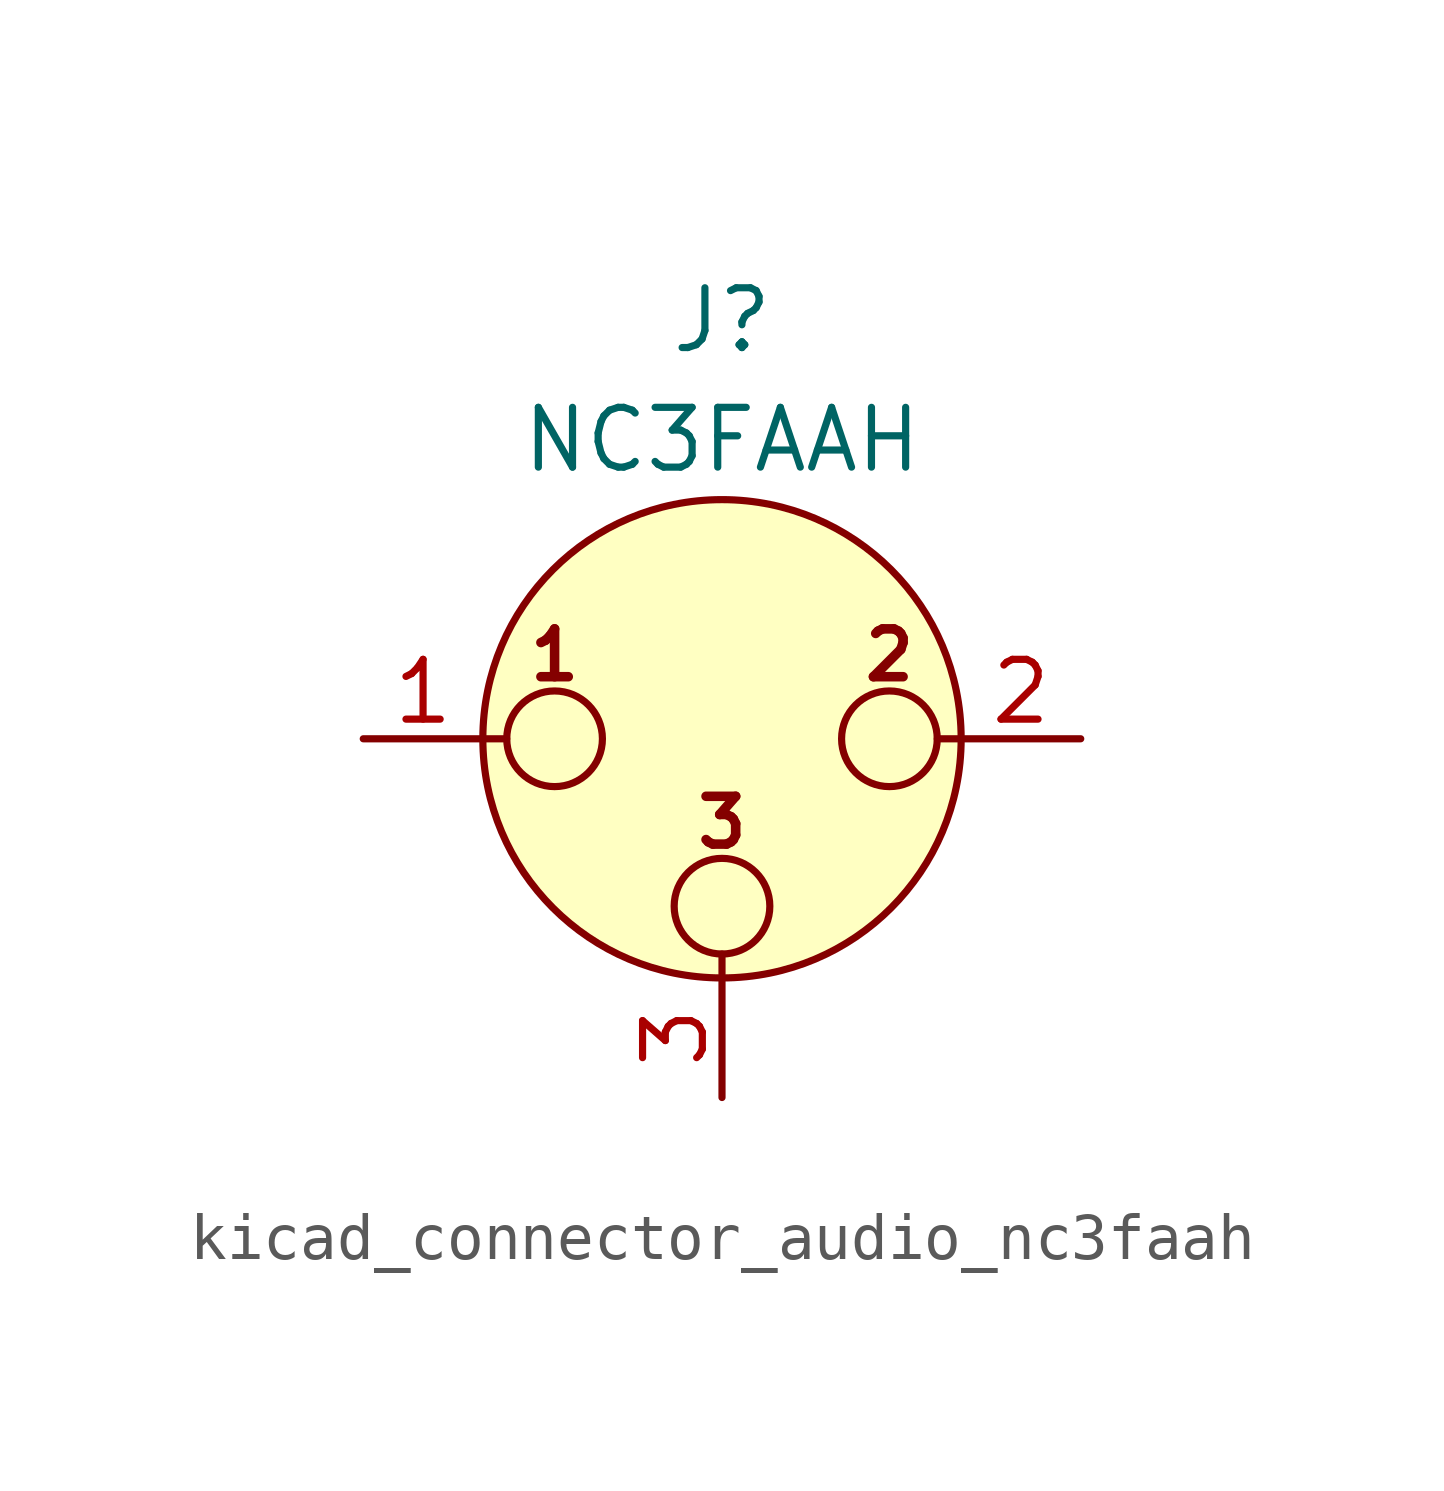
<source format=kicad_sym>
(kicad_symbol_lib
  (version 20220914)
  (generator kicad_symbol_editor)
  (symbol "kicad_connector_audio_nc3faah"
    (pin_names hide)
    (property "Reference" "J"
      (at 0 8.89 0)
      (effects (font (size 1.27 1.27))))
    (property "Value" "NC3FAAH"
      (at 0 6.35 0)
      (effects (font (size 1.27 1.27))))
    (symbol "kicad_connector_audio_nc3faah_0_1"
      (circle (center -3.556 0) (radius 1.016) (stroke (width 0) (type default)) (fill (type none)))
      (circle (center 0 -3.556) (radius 1.016) (stroke (width 0) (type default)) (fill (type none)))
      (polyline (pts (xy -5.08 0) (xy -4.572 0)) (stroke (width 0) (type default)) (fill (type none)))
      (polyline (pts (xy 0 -5.08) (xy 0 -4.572)) (stroke (width 0) (type default)) (fill (type none)))
      (polyline (pts (xy 5.08 0) (xy 4.572 0)) (stroke (width 0) (type default)) (fill (type none)))
      (circle (center 0 0) (radius 5.08) (stroke (width 0) (type default)) (fill (type background)))
      (circle (center 3.556 0) (radius 1.016) (stroke (width 0) (type default)) (fill (type none)))
      (text "1" (at -3.556 1.778 0) (effects (font (size 1.016 1.016) bold)))
      (text "2" (at 3.556 1.778 0) (effects (font (size 1.016 1.016) bold)))
      (text "3" (at 0 -1.778 0) (effects (font (size 1.016 1.016) bold)))
      (pin passive line (at -7.62 0 0) (length 2.54) (name "~" (effects (font (size 1.27 1.27)))) (number "1" (effects (font (size 1.27 1.27)))))
      (pin passive line (at 7.62 0 180) (length 2.54) (name "~" (effects (font (size 1.27 1.27)))) (number "2" (effects (font (size 1.27 1.27)))))
      (pin passive line (at 0 -7.62 90) (length 2.54) (name "~" (effects (font (size 1.27 1.27)))) (number "3" (effects (font (size 1.27 1.27))))))))
</source>
